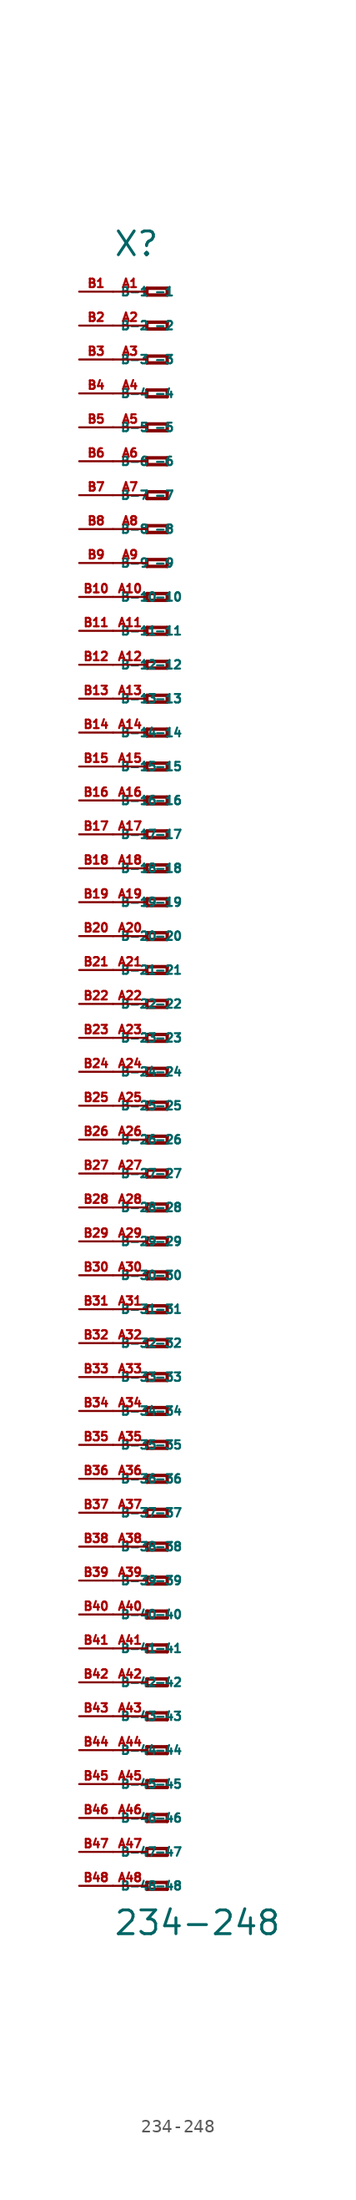
<source format=kicad_sym>
(kicad_symbol_lib
  (version 20220914)
  (generator Eagle2Kicad)
  (symbol "234-248"
    (property "Reference" "X"
      (at -5.08 60.96 0)
      (effects (font (size 1.778 1.778) (thickness 0.22)) (justify left bottom)))
    (property "Value" "234-248"
      (at -5.08 -64.77 0)
      (effects (font (size 1.778 1.778) (thickness 0.22)) (justify left bottom)))
    (polyline
      (pts (xy -2.54 58.674) (xy -2.54 58.166))
      (stroke (width 0.254) (type default))
      (fill (type none)))
    (polyline
      (pts (xy -2.54 58.166) (xy -1.016 58.166))
      (stroke (width 0.254) (type default))
      (fill (type none)))
    (polyline
      (pts (xy -1.016 58.166) (xy -1.016 58.674))
      (stroke (width 0.254) (type default))
      (fill (type none)))
    (polyline
      (pts (xy -1.016 58.674) (xy -2.54 58.674))
      (stroke (width 0.254) (type default))
      (fill (type none)))
    (polyline
      (pts (xy -2.54 56.134) (xy -2.54 55.626))
      (stroke (width 0.254) (type default))
      (fill (type none)))
    (polyline
      (pts (xy -2.54 55.626) (xy -1.016 55.626))
      (stroke (width 0.254) (type default))
      (fill (type none)))
    (polyline
      (pts (xy -1.016 55.626) (xy -1.016 56.134))
      (stroke (width 0.254) (type default))
      (fill (type none)))
    (polyline
      (pts (xy -1.016 56.134) (xy -2.54 56.134))
      (stroke (width 0.254) (type default))
      (fill (type none)))
    (polyline
      (pts (xy -2.54 53.594) (xy -2.54 53.086))
      (stroke (width 0.254) (type default))
      (fill (type none)))
    (polyline
      (pts (xy -2.54 53.086) (xy -1.016 53.086))
      (stroke (width 0.254) (type default))
      (fill (type none)))
    (polyline
      (pts (xy -1.016 53.086) (xy -1.016 53.594))
      (stroke (width 0.254) (type default))
      (fill (type none)))
    (polyline
      (pts (xy -1.016 53.594) (xy -2.54 53.594))
      (stroke (width 0.254) (type default))
      (fill (type none)))
    (polyline
      (pts (xy -2.54 51.054) (xy -2.54 50.546))
      (stroke (width 0.254) (type default))
      (fill (type none)))
    (polyline
      (pts (xy -2.54 50.546) (xy -1.016 50.546))
      (stroke (width 0.254) (type default))
      (fill (type none)))
    (polyline
      (pts (xy -1.016 50.546) (xy -1.016 51.054))
      (stroke (width 0.254) (type default))
      (fill (type none)))
    (polyline
      (pts (xy -1.016 51.054) (xy -2.54 51.054))
      (stroke (width 0.254) (type default))
      (fill (type none)))
    (polyline
      (pts (xy -2.54 48.514) (xy -2.54 48.006))
      (stroke (width 0.254) (type default))
      (fill (type none)))
    (polyline
      (pts (xy -2.54 48.006) (xy -1.016 48.006))
      (stroke (width 0.254) (type default))
      (fill (type none)))
    (polyline
      (pts (xy -1.016 48.006) (xy -1.016 48.514))
      (stroke (width 0.254) (type default))
      (fill (type none)))
    (polyline
      (pts (xy -1.016 48.514) (xy -2.54 48.514))
      (stroke (width 0.254) (type default))
      (fill (type none)))
    (polyline
      (pts (xy -2.54 45.974) (xy -2.54 45.466))
      (stroke (width 0.254) (type default))
      (fill (type none)))
    (polyline
      (pts (xy -2.54 45.466) (xy -1.016 45.466))
      (stroke (width 0.254) (type default))
      (fill (type none)))
    (polyline
      (pts (xy -1.016 45.466) (xy -1.016 45.974))
      (stroke (width 0.254) (type default))
      (fill (type none)))
    (polyline
      (pts (xy -1.016 45.974) (xy -2.54 45.974))
      (stroke (width 0.254) (type default))
      (fill (type none)))
    (polyline
      (pts (xy -2.54 43.434) (xy -2.54 42.926))
      (stroke (width 0.254) (type default))
      (fill (type none)))
    (polyline
      (pts (xy -2.54 42.926) (xy -1.016 42.926))
      (stroke (width 0.254) (type default))
      (fill (type none)))
    (polyline
      (pts (xy -1.016 42.926) (xy -1.016 43.434))
      (stroke (width 0.254) (type default))
      (fill (type none)))
    (polyline
      (pts (xy -1.016 43.434) (xy -2.54 43.434))
      (stroke (width 0.254) (type default))
      (fill (type none)))
    (polyline
      (pts (xy -2.54 40.894) (xy -2.54 40.386))
      (stroke (width 0.254) (type default))
      (fill (type none)))
    (polyline
      (pts (xy -2.54 40.386) (xy -1.016 40.386))
      (stroke (width 0.254) (type default))
      (fill (type none)))
    (polyline
      (pts (xy -1.016 40.386) (xy -1.016 40.894))
      (stroke (width 0.254) (type default))
      (fill (type none)))
    (polyline
      (pts (xy -1.016 40.894) (xy -2.54 40.894))
      (stroke (width 0.254) (type default))
      (fill (type none)))
    (polyline
      (pts (xy -2.54 38.354) (xy -2.54 37.846))
      (stroke (width 0.254) (type default))
      (fill (type none)))
    (polyline
      (pts (xy -2.54 37.846) (xy -1.016 37.846))
      (stroke (width 0.254) (type default))
      (fill (type none)))
    (polyline
      (pts (xy -1.016 37.846) (xy -1.016 38.354))
      (stroke (width 0.254) (type default))
      (fill (type none)))
    (polyline
      (pts (xy -1.016 38.354) (xy -2.54 38.354))
      (stroke (width 0.254) (type default))
      (fill (type none)))
    (polyline
      (pts (xy -2.54 35.814) (xy -2.54 35.306))
      (stroke (width 0.254) (type default))
      (fill (type none)))
    (polyline
      (pts (xy -2.54 35.306) (xy -1.016 35.306))
      (stroke (width 0.254) (type default))
      (fill (type none)))
    (polyline
      (pts (xy -1.016 35.306) (xy -1.016 35.814))
      (stroke (width 0.254) (type default))
      (fill (type none)))
    (polyline
      (pts (xy -1.016 35.814) (xy -2.54 35.814))
      (stroke (width 0.254) (type default))
      (fill (type none)))
    (polyline
      (pts (xy -2.54 33.274) (xy -2.54 32.766))
      (stroke (width 0.254) (type default))
      (fill (type none)))
    (polyline
      (pts (xy -2.54 32.766) (xy -1.016 32.766))
      (stroke (width 0.254) (type default))
      (fill (type none)))
    (polyline
      (pts (xy -1.016 32.766) (xy -1.016 33.274))
      (stroke (width 0.254) (type default))
      (fill (type none)))
    (polyline
      (pts (xy -1.016 33.274) (xy -2.54 33.274))
      (stroke (width 0.254) (type default))
      (fill (type none)))
    (polyline
      (pts (xy -2.54 30.734) (xy -2.54 30.226))
      (stroke (width 0.254) (type default))
      (fill (type none)))
    (polyline
      (pts (xy -2.54 30.226) (xy -1.016 30.226))
      (stroke (width 0.254) (type default))
      (fill (type none)))
    (polyline
      (pts (xy -1.016 30.226) (xy -1.016 30.734))
      (stroke (width 0.254) (type default))
      (fill (type none)))
    (polyline
      (pts (xy -1.016 30.734) (xy -2.54 30.734))
      (stroke (width 0.254) (type default))
      (fill (type none)))
    (polyline
      (pts (xy -2.54 28.194) (xy -2.54 27.686))
      (stroke (width 0.254) (type default))
      (fill (type none)))
    (polyline
      (pts (xy -2.54 27.686) (xy -1.016 27.686))
      (stroke (width 0.254) (type default))
      (fill (type none)))
    (polyline
      (pts (xy -1.016 27.686) (xy -1.016 28.194))
      (stroke (width 0.254) (type default))
      (fill (type none)))
    (polyline
      (pts (xy -1.016 28.194) (xy -2.54 28.194))
      (stroke (width 0.254) (type default))
      (fill (type none)))
    (polyline
      (pts (xy -2.54 25.654) (xy -2.54 25.146))
      (stroke (width 0.254) (type default))
      (fill (type none)))
    (polyline
      (pts (xy -2.54 25.146) (xy -1.016 25.146))
      (stroke (width 0.254) (type default))
      (fill (type none)))
    (polyline
      (pts (xy -1.016 25.146) (xy -1.016 25.654))
      (stroke (width 0.254) (type default))
      (fill (type none)))
    (polyline
      (pts (xy -1.016 25.654) (xy -2.54 25.654))
      (stroke (width 0.254) (type default))
      (fill (type none)))
    (polyline
      (pts (xy -2.54 23.114) (xy -2.54 22.606))
      (stroke (width 0.254) (type default))
      (fill (type none)))
    (polyline
      (pts (xy -2.54 22.606) (xy -1.016 22.606))
      (stroke (width 0.254) (type default))
      (fill (type none)))
    (polyline
      (pts (xy -1.016 22.606) (xy -1.016 23.114))
      (stroke (width 0.254) (type default))
      (fill (type none)))
    (polyline
      (pts (xy -1.016 23.114) (xy -2.54 23.114))
      (stroke (width 0.254) (type default))
      (fill (type none)))
    (polyline
      (pts (xy -2.54 20.574) (xy -2.54 20.066))
      (stroke (width 0.254) (type default))
      (fill (type none)))
    (polyline
      (pts (xy -2.54 20.066) (xy -1.016 20.066))
      (stroke (width 0.254) (type default))
      (fill (type none)))
    (polyline
      (pts (xy -1.016 20.066) (xy -1.016 20.574))
      (stroke (width 0.254) (type default))
      (fill (type none)))
    (polyline
      (pts (xy -1.016 20.574) (xy -2.54 20.574))
      (stroke (width 0.254) (type default))
      (fill (type none)))
    (polyline
      (pts (xy -2.54 18.034) (xy -2.54 17.526))
      (stroke (width 0.254) (type default))
      (fill (type none)))
    (polyline
      (pts (xy -2.54 17.526) (xy -1.016 17.526))
      (stroke (width 0.254) (type default))
      (fill (type none)))
    (polyline
      (pts (xy -1.016 17.526) (xy -1.016 18.034))
      (stroke (width 0.254) (type default))
      (fill (type none)))
    (polyline
      (pts (xy -1.016 18.034) (xy -2.54 18.034))
      (stroke (width 0.254) (type default))
      (fill (type none)))
    (polyline
      (pts (xy -2.54 15.494) (xy -2.54 14.986))
      (stroke (width 0.254) (type default))
      (fill (type none)))
    (polyline
      (pts (xy -2.54 14.986) (xy -1.016 14.986))
      (stroke (width 0.254) (type default))
      (fill (type none)))
    (polyline
      (pts (xy -1.016 14.986) (xy -1.016 15.494))
      (stroke (width 0.254) (type default))
      (fill (type none)))
    (polyline
      (pts (xy -1.016 15.494) (xy -2.54 15.494))
      (stroke (width 0.254) (type default))
      (fill (type none)))
    (polyline
      (pts (xy -2.54 12.954) (xy -2.54 12.446))
      (stroke (width 0.254) (type default))
      (fill (type none)))
    (polyline
      (pts (xy -2.54 12.446) (xy -1.016 12.446))
      (stroke (width 0.254) (type default))
      (fill (type none)))
    (polyline
      (pts (xy -1.016 12.446) (xy -1.016 12.954))
      (stroke (width 0.254) (type default))
      (fill (type none)))
    (polyline
      (pts (xy -1.016 12.954) (xy -2.54 12.954))
      (stroke (width 0.254) (type default))
      (fill (type none)))
    (polyline
      (pts (xy -2.54 10.414) (xy -2.54 9.906))
      (stroke (width 0.254) (type default))
      (fill (type none)))
    (polyline
      (pts (xy -2.54 9.906) (xy -1.016 9.906))
      (stroke (width 0.254) (type default))
      (fill (type none)))
    (polyline
      (pts (xy -1.016 9.906) (xy -1.016 10.414))
      (stroke (width 0.254) (type default))
      (fill (type none)))
    (polyline
      (pts (xy -1.016 10.414) (xy -2.54 10.414))
      (stroke (width 0.254) (type default))
      (fill (type none)))
    (polyline
      (pts (xy -2.54 7.874) (xy -2.54 7.366))
      (stroke (width 0.254) (type default))
      (fill (type none)))
    (polyline
      (pts (xy -2.54 7.366) (xy -1.016 7.366))
      (stroke (width 0.254) (type default))
      (fill (type none)))
    (polyline
      (pts (xy -1.016 7.366) (xy -1.016 7.874))
      (stroke (width 0.254) (type default))
      (fill (type none)))
    (polyline
      (pts (xy -1.016 7.874) (xy -2.54 7.874))
      (stroke (width 0.254) (type default))
      (fill (type none)))
    (polyline
      (pts (xy -2.54 5.334) (xy -2.54 4.826))
      (stroke (width 0.254) (type default))
      (fill (type none)))
    (polyline
      (pts (xy -2.54 4.826) (xy -1.016 4.826))
      (stroke (width 0.254) (type default))
      (fill (type none)))
    (polyline
      (pts (xy -1.016 4.826) (xy -1.016 5.334))
      (stroke (width 0.254) (type default))
      (fill (type none)))
    (polyline
      (pts (xy -1.016 5.334) (xy -2.54 5.334))
      (stroke (width 0.254) (type default))
      (fill (type none)))
    (polyline
      (pts (xy -2.54 2.794) (xy -2.54 2.286))
      (stroke (width 0.254) (type default))
      (fill (type none)))
    (polyline
      (pts (xy -2.54 2.286) (xy -1.016 2.286))
      (stroke (width 0.254) (type default))
      (fill (type none)))
    (polyline
      (pts (xy -1.016 2.286) (xy -1.016 2.794))
      (stroke (width 0.254) (type default))
      (fill (type none)))
    (polyline
      (pts (xy -1.016 2.794) (xy -2.54 2.794))
      (stroke (width 0.254) (type default))
      (fill (type none)))
    (polyline
      (pts (xy -2.54 0.254) (xy -2.54 -0.254))
      (stroke (width 0.254) (type default))
      (fill (type none)))
    (polyline
      (pts (xy -2.54 -0.254) (xy -1.016 -0.254))
      (stroke (width 0.254) (type default))
      (fill (type none)))
    (polyline
      (pts (xy -1.016 -0.254) (xy -1.016 0.254))
      (stroke (width 0.254) (type default))
      (fill (type none)))
    (polyline
      (pts (xy -1.016 0.254) (xy -2.54 0.254))
      (stroke (width 0.254) (type default))
      (fill (type none)))
    (polyline
      (pts (xy -2.54 -2.286) (xy -2.54 -2.794))
      (stroke (width 0.254) (type default))
      (fill (type none)))
    (polyline
      (pts (xy -2.54 -2.794) (xy -1.016 -2.794))
      (stroke (width 0.254) (type default))
      (fill (type none)))
    (polyline
      (pts (xy -1.016 -2.794) (xy -1.016 -2.286))
      (stroke (width 0.254) (type default))
      (fill (type none)))
    (polyline
      (pts (xy -1.016 -2.286) (xy -2.54 -2.286))
      (stroke (width 0.254) (type default))
      (fill (type none)))
    (polyline
      (pts (xy -2.54 -4.826) (xy -2.54 -5.334))
      (stroke (width 0.254) (type default))
      (fill (type none)))
    (polyline
      (pts (xy -2.54 -5.334) (xy -1.016 -5.334))
      (stroke (width 0.254) (type default))
      (fill (type none)))
    (polyline
      (pts (xy -1.016 -5.334) (xy -1.016 -4.826))
      (stroke (width 0.254) (type default))
      (fill (type none)))
    (polyline
      (pts (xy -1.016 -4.826) (xy -2.54 -4.826))
      (stroke (width 0.254) (type default))
      (fill (type none)))
    (polyline
      (pts (xy -2.54 -7.366) (xy -2.54 -7.874))
      (stroke (width 0.254) (type default))
      (fill (type none)))
    (polyline
      (pts (xy -2.54 -7.874) (xy -1.016 -7.874))
      (stroke (width 0.254) (type default))
      (fill (type none)))
    (polyline
      (pts (xy -1.016 -7.874) (xy -1.016 -7.366))
      (stroke (width 0.254) (type default))
      (fill (type none)))
    (polyline
      (pts (xy -1.016 -7.366) (xy -2.54 -7.366))
      (stroke (width 0.254) (type default))
      (fill (type none)))
    (polyline
      (pts (xy -2.54 -9.906) (xy -2.54 -10.414))
      (stroke (width 0.254) (type default))
      (fill (type none)))
    (polyline
      (pts (xy -2.54 -10.414) (xy -1.016 -10.414))
      (stroke (width 0.254) (type default))
      (fill (type none)))
    (polyline
      (pts (xy -1.016 -10.414) (xy -1.016 -9.906))
      (stroke (width 0.254) (type default))
      (fill (type none)))
    (polyline
      (pts (xy -1.016 -9.906) (xy -2.54 -9.906))
      (stroke (width 0.254) (type default))
      (fill (type none)))
    (polyline
      (pts (xy -2.54 -12.446) (xy -2.54 -12.954))
      (stroke (width 0.254) (type default))
      (fill (type none)))
    (polyline
      (pts (xy -2.54 -12.954) (xy -1.016 -12.954))
      (stroke (width 0.254) (type default))
      (fill (type none)))
    (polyline
      (pts (xy -1.016 -12.954) (xy -1.016 -12.446))
      (stroke (width 0.254) (type default))
      (fill (type none)))
    (polyline
      (pts (xy -1.016 -12.446) (xy -2.54 -12.446))
      (stroke (width 0.254) (type default))
      (fill (type none)))
    (polyline
      (pts (xy -2.54 -14.986) (xy -2.54 -15.494))
      (stroke (width 0.254) (type default))
      (fill (type none)))
    (polyline
      (pts (xy -2.54 -15.494) (xy -1.016 -15.494))
      (stroke (width 0.254) (type default))
      (fill (type none)))
    (polyline
      (pts (xy -1.016 -15.494) (xy -1.016 -14.986))
      (stroke (width 0.254) (type default))
      (fill (type none)))
    (polyline
      (pts (xy -1.016 -14.986) (xy -2.54 -14.986))
      (stroke (width 0.254) (type default))
      (fill (type none)))
    (polyline
      (pts (xy -2.54 -17.526) (xy -2.54 -18.034))
      (stroke (width 0.254) (type default))
      (fill (type none)))
    (polyline
      (pts (xy -2.54 -18.034) (xy -1.016 -18.034))
      (stroke (width 0.254) (type default))
      (fill (type none)))
    (polyline
      (pts (xy -1.016 -18.034) (xy -1.016 -17.526))
      (stroke (width 0.254) (type default))
      (fill (type none)))
    (polyline
      (pts (xy -1.016 -17.526) (xy -2.54 -17.526))
      (stroke (width 0.254) (type default))
      (fill (type none)))
    (polyline
      (pts (xy -2.54 -20.066) (xy -2.54 -20.574))
      (stroke (width 0.254) (type default))
      (fill (type none)))
    (polyline
      (pts (xy -2.54 -20.574) (xy -1.016 -20.574))
      (stroke (width 0.254) (type default))
      (fill (type none)))
    (polyline
      (pts (xy -1.016 -20.574) (xy -1.016 -20.066))
      (stroke (width 0.254) (type default))
      (fill (type none)))
    (polyline
      (pts (xy -1.016 -20.066) (xy -2.54 -20.066))
      (stroke (width 0.254) (type default))
      (fill (type none)))
    (polyline
      (pts (xy -2.54 -22.606) (xy -2.54 -23.114))
      (stroke (width 0.254) (type default))
      (fill (type none)))
    (polyline
      (pts (xy -2.54 -23.114) (xy -1.016 -23.114))
      (stroke (width 0.254) (type default))
      (fill (type none)))
    (polyline
      (pts (xy -1.016 -23.114) (xy -1.016 -22.606))
      (stroke (width 0.254) (type default))
      (fill (type none)))
    (polyline
      (pts (xy -1.016 -22.606) (xy -2.54 -22.606))
      (stroke (width 0.254) (type default))
      (fill (type none)))
    (polyline
      (pts (xy -2.54 -25.146) (xy -2.54 -25.654))
      (stroke (width 0.254) (type default))
      (fill (type none)))
    (polyline
      (pts (xy -2.54 -25.654) (xy -1.016 -25.654))
      (stroke (width 0.254) (type default))
      (fill (type none)))
    (polyline
      (pts (xy -1.016 -25.654) (xy -1.016 -25.146))
      (stroke (width 0.254) (type default))
      (fill (type none)))
    (polyline
      (pts (xy -1.016 -25.146) (xy -2.54 -25.146))
      (stroke (width 0.254) (type default))
      (fill (type none)))
    (polyline
      (pts (xy -2.54 -27.686) (xy -2.54 -28.194))
      (stroke (width 0.254) (type default))
      (fill (type none)))
    (polyline
      (pts (xy -2.54 -28.194) (xy -1.016 -28.194))
      (stroke (width 0.254) (type default))
      (fill (type none)))
    (polyline
      (pts (xy -1.016 -28.194) (xy -1.016 -27.686))
      (stroke (width 0.254) (type default))
      (fill (type none)))
    (polyline
      (pts (xy -1.016 -27.686) (xy -2.54 -27.686))
      (stroke (width 0.254) (type default))
      (fill (type none)))
    (polyline
      (pts (xy -2.54 -30.226) (xy -2.54 -30.734))
      (stroke (width 0.254) (type default))
      (fill (type none)))
    (polyline
      (pts (xy -2.54 -30.734) (xy -1.016 -30.734))
      (stroke (width 0.254) (type default))
      (fill (type none)))
    (polyline
      (pts (xy -1.016 -30.734) (xy -1.016 -30.226))
      (stroke (width 0.254) (type default))
      (fill (type none)))
    (polyline
      (pts (xy -1.016 -30.226) (xy -2.54 -30.226))
      (stroke (width 0.254) (type default))
      (fill (type none)))
    (polyline
      (pts (xy -2.54 -32.766) (xy -2.54 -33.274))
      (stroke (width 0.254) (type default))
      (fill (type none)))
    (polyline
      (pts (xy -2.54 -33.274) (xy -1.016 -33.274))
      (stroke (width 0.254) (type default))
      (fill (type none)))
    (polyline
      (pts (xy -1.016 -33.274) (xy -1.016 -32.766))
      (stroke (width 0.254) (type default))
      (fill (type none)))
    (polyline
      (pts (xy -1.016 -32.766) (xy -2.54 -32.766))
      (stroke (width 0.254) (type default))
      (fill (type none)))
    (polyline
      (pts (xy -2.54 -35.306) (xy -2.54 -35.814))
      (stroke (width 0.254) (type default))
      (fill (type none)))
    (polyline
      (pts (xy -2.54 -35.814) (xy -1.016 -35.814))
      (stroke (width 0.254) (type default))
      (fill (type none)))
    (polyline
      (pts (xy -1.016 -35.814) (xy -1.016 -35.306))
      (stroke (width 0.254) (type default))
      (fill (type none)))
    (polyline
      (pts (xy -1.016 -35.306) (xy -2.54 -35.306))
      (stroke (width 0.254) (type default))
      (fill (type none)))
    (polyline
      (pts (xy -2.54 -37.846) (xy -2.54 -38.354))
      (stroke (width 0.254) (type default))
      (fill (type none)))
    (polyline
      (pts (xy -2.54 -38.354) (xy -1.016 -38.354))
      (stroke (width 0.254) (type default))
      (fill (type none)))
    (polyline
      (pts (xy -1.016 -38.354) (xy -1.016 -37.846))
      (stroke (width 0.254) (type default))
      (fill (type none)))
    (polyline
      (pts (xy -1.016 -37.846) (xy -2.54 -37.846))
      (stroke (width 0.254) (type default))
      (fill (type none)))
    (polyline
      (pts (xy -2.54 -40.386) (xy -2.54 -40.894))
      (stroke (width 0.254) (type default))
      (fill (type none)))
    (polyline
      (pts (xy -2.54 -40.894) (xy -1.016 -40.894))
      (stroke (width 0.254) (type default))
      (fill (type none)))
    (polyline
      (pts (xy -1.016 -40.894) (xy -1.016 -40.386))
      (stroke (width 0.254) (type default))
      (fill (type none)))
    (polyline
      (pts (xy -1.016 -40.386) (xy -2.54 -40.386))
      (stroke (width 0.254) (type default))
      (fill (type none)))
    (polyline
      (pts (xy -2.54 -42.926) (xy -2.54 -43.434))
      (stroke (width 0.254) (type default))
      (fill (type none)))
    (polyline
      (pts (xy -2.54 -43.434) (xy -1.016 -43.434))
      (stroke (width 0.254) (type default))
      (fill (type none)))
    (polyline
      (pts (xy -1.016 -43.434) (xy -1.016 -42.926))
      (stroke (width 0.254) (type default))
      (fill (type none)))
    (polyline
      (pts (xy -1.016 -42.926) (xy -2.54 -42.926))
      (stroke (width 0.254) (type default))
      (fill (type none)))
    (polyline
      (pts (xy -2.54 -45.466) (xy -2.54 -45.974))
      (stroke (width 0.254) (type default))
      (fill (type none)))
    (polyline
      (pts (xy -2.54 -45.974) (xy -1.016 -45.974))
      (stroke (width 0.254) (type default))
      (fill (type none)))
    (polyline
      (pts (xy -1.016 -45.974) (xy -1.016 -45.466))
      (stroke (width 0.254) (type default))
      (fill (type none)))
    (polyline
      (pts (xy -1.016 -45.466) (xy -2.54 -45.466))
      (stroke (width 0.254) (type default))
      (fill (type none)))
    (polyline
      (pts (xy -2.54 -48.006) (xy -2.54 -48.514))
      (stroke (width 0.254) (type default))
      (fill (type none)))
    (polyline
      (pts (xy -2.54 -48.514) (xy -1.016 -48.514))
      (stroke (width 0.254) (type default))
      (fill (type none)))
    (polyline
      (pts (xy -1.016 -48.514) (xy -1.016 -48.006))
      (stroke (width 0.254) (type default))
      (fill (type none)))
    (polyline
      (pts (xy -1.016 -48.006) (xy -2.54 -48.006))
      (stroke (width 0.254) (type default))
      (fill (type none)))
    (polyline
      (pts (xy -2.54 -50.546) (xy -2.54 -51.054))
      (stroke (width 0.254) (type default))
      (fill (type none)))
    (polyline
      (pts (xy -2.54 -51.054) (xy -1.016 -51.054))
      (stroke (width 0.254) (type default))
      (fill (type none)))
    (polyline
      (pts (xy -1.016 -51.054) (xy -1.016 -50.546))
      (stroke (width 0.254) (type default))
      (fill (type none)))
    (polyline
      (pts (xy -1.016 -50.546) (xy -2.54 -50.546))
      (stroke (width 0.254) (type default))
      (fill (type none)))
    (polyline
      (pts (xy -2.54 -53.086) (xy -2.54 -53.594))
      (stroke (width 0.254) (type default))
      (fill (type none)))
    (polyline
      (pts (xy -2.54 -53.594) (xy -1.016 -53.594))
      (stroke (width 0.254) (type default))
      (fill (type none)))
    (polyline
      (pts (xy -1.016 -53.594) (xy -1.016 -53.086))
      (stroke (width 0.254) (type default))
      (fill (type none)))
    (polyline
      (pts (xy -1.016 -53.086) (xy -2.54 -53.086))
      (stroke (width 0.254) (type default))
      (fill (type none)))
    (polyline
      (pts (xy -2.54 -55.626) (xy -2.54 -56.134))
      (stroke (width 0.254) (type default))
      (fill (type none)))
    (polyline
      (pts (xy -2.54 -56.134) (xy -1.016 -56.134))
      (stroke (width 0.254) (type default))
      (fill (type none)))
    (polyline
      (pts (xy -1.016 -56.134) (xy -1.016 -55.626))
      (stroke (width 0.254) (type default))
      (fill (type none)))
    (polyline
      (pts (xy -1.016 -55.626) (xy -2.54 -55.626))
      (stroke (width 0.254) (type default))
      (fill (type none)))
    (polyline
      (pts (xy -2.54 -58.166) (xy -2.54 -58.674))
      (stroke (width 0.254) (type default))
      (fill (type none)))
    (polyline
      (pts (xy -2.54 -58.674) (xy -1.016 -58.674))
      (stroke (width 0.254) (type default))
      (fill (type none)))
    (polyline
      (pts (xy -1.016 -58.674) (xy -1.016 -58.166))
      (stroke (width 0.254) (type default))
      (fill (type none)))
    (polyline
      (pts (xy -1.016 -58.166) (xy -2.54 -58.166))
      (stroke (width 0.254) (type default))
      (fill (type none)))
    (polyline
      (pts (xy -2.54 -60.706) (xy -2.54 -61.214))
      (stroke (width 0.254) (type default))
      (fill (type none)))
    (polyline
      (pts (xy -2.54 -61.214) (xy -1.016 -61.214))
      (stroke (width 0.254) (type default))
      (fill (type none)))
    (polyline
      (pts (xy -1.016 -61.214) (xy -1.016 -60.706))
      (stroke (width 0.254) (type default))
      (fill (type none)))
    (polyline
      (pts (xy -1.016 -60.706) (xy -2.54 -60.706))
      (stroke (width 0.254) (type default))
      (fill (type none)))
    (pin passive line
      (at -5.08 58.42 0)
      (length 2.54)
      (name "-1" (effects (font (size 0.635 0.635) (thickness 0.08)) (justify left bottom)))
      (number "A1" (effects (font (size 0.635 0.635) (thickness 0.08)) (justify left bottom))))
    (pin passive line
      (at -5.08 55.88 0)
      (length 2.54)
      (name "-2" (effects (font (size 0.635 0.635) (thickness 0.08)) (justify left bottom)))
      (number "A2" (effects (font (size 0.635 0.635) (thickness 0.08)) (justify left bottom))))
    (pin passive line
      (at -5.08 53.34 0)
      (length 2.54)
      (name "-3" (effects (font (size 0.635 0.635) (thickness 0.08)) (justify left bottom)))
      (number "A3" (effects (font (size 0.635 0.635) (thickness 0.08)) (justify left bottom))))
    (pin passive line
      (at -5.08 50.8 0)
      (length 2.54)
      (name "-4" (effects (font (size 0.635 0.635) (thickness 0.08)) (justify left bottom)))
      (number "A4" (effects (font (size 0.635 0.635) (thickness 0.08)) (justify left bottom))))
    (pin passive line
      (at -5.08 48.26 0)
      (length 2.54)
      (name "-5" (effects (font (size 0.635 0.635) (thickness 0.08)) (justify left bottom)))
      (number "A5" (effects (font (size 0.635 0.635) (thickness 0.08)) (justify left bottom))))
    (pin passive line
      (at -5.08 45.72 0)
      (length 2.54)
      (name "-6" (effects (font (size 0.635 0.635) (thickness 0.08)) (justify left bottom)))
      (number "A6" (effects (font (size 0.635 0.635) (thickness 0.08)) (justify left bottom))))
    (pin passive line
      (at -5.08 43.18 0)
      (length 2.54)
      (name "-7" (effects (font (size 0.635 0.635) (thickness 0.08)) (justify left bottom)))
      (number "A7" (effects (font (size 0.635 0.635) (thickness 0.08)) (justify left bottom))))
    (pin passive line
      (at -5.08 40.64 0)
      (length 2.54)
      (name "-8" (effects (font (size 0.635 0.635) (thickness 0.08)) (justify left bottom)))
      (number "A8" (effects (font (size 0.635 0.635) (thickness 0.08)) (justify left bottom))))
    (pin passive line
      (at -5.08 38.1 0)
      (length 2.54)
      (name "-9" (effects (font (size 0.635 0.635) (thickness 0.08)) (justify left bottom)))
      (number "A9" (effects (font (size 0.635 0.635) (thickness 0.08)) (justify left bottom))))
    (pin passive line
      (at -5.08 35.56 0)
      (length 2.54)
      (name "-10" (effects (font (size 0.635 0.635) (thickness 0.08)) (justify left bottom)))
      (number "A10" (effects (font (size 0.635 0.635) (thickness 0.08)) (justify left bottom))))
    (pin passive line
      (at -5.08 33.02 0)
      (length 2.54)
      (name "-11" (effects (font (size 0.635 0.635) (thickness 0.08)) (justify left bottom)))
      (number "A11" (effects (font (size 0.635 0.635) (thickness 0.08)) (justify left bottom))))
    (pin passive line
      (at -5.08 30.48 0)
      (length 2.54)
      (name "-12" (effects (font (size 0.635 0.635) (thickness 0.08)) (justify left bottom)))
      (number "A12" (effects (font (size 0.635 0.635) (thickness 0.08)) (justify left bottom))))
    (pin passive line
      (at -5.08 27.94 0)
      (length 2.54)
      (name "-13" (effects (font (size 0.635 0.635) (thickness 0.08)) (justify left bottom)))
      (number "A13" (effects (font (size 0.635 0.635) (thickness 0.08)) (justify left bottom))))
    (pin passive line
      (at -5.08 25.4 0)
      (length 2.54)
      (name "-14" (effects (font (size 0.635 0.635) (thickness 0.08)) (justify left bottom)))
      (number "A14" (effects (font (size 0.635 0.635) (thickness 0.08)) (justify left bottom))))
    (pin passive line
      (at -5.08 22.86 0)
      (length 2.54)
      (name "-15" (effects (font (size 0.635 0.635) (thickness 0.08)) (justify left bottom)))
      (number "A15" (effects (font (size 0.635 0.635) (thickness 0.08)) (justify left bottom))))
    (pin passive line
      (at -5.08 20.32 0)
      (length 2.54)
      (name "-16" (effects (font (size 0.635 0.635) (thickness 0.08)) (justify left bottom)))
      (number "A16" (effects (font (size 0.635 0.635) (thickness 0.08)) (justify left bottom))))
    (pin passive line
      (at -5.08 17.78 0)
      (length 2.54)
      (name "-17" (effects (font (size 0.635 0.635) (thickness 0.08)) (justify left bottom)))
      (number "A17" (effects (font (size 0.635 0.635) (thickness 0.08)) (justify left bottom))))
    (pin passive line
      (at -5.08 15.24 0)
      (length 2.54)
      (name "-18" (effects (font (size 0.635 0.635) (thickness 0.08)) (justify left bottom)))
      (number "A18" (effects (font (size 0.635 0.635) (thickness 0.08)) (justify left bottom))))
    (pin passive line
      (at -5.08 12.7 0)
      (length 2.54)
      (name "-19" (effects (font (size 0.635 0.635) (thickness 0.08)) (justify left bottom)))
      (number "A19" (effects (font (size 0.635 0.635) (thickness 0.08)) (justify left bottom))))
    (pin passive line
      (at -5.08 10.16 0)
      (length 2.54)
      (name "-20" (effects (font (size 0.635 0.635) (thickness 0.08)) (justify left bottom)))
      (number "A20" (effects (font (size 0.635 0.635) (thickness 0.08)) (justify left bottom))))
    (pin passive line
      (at -5.08 7.62 0)
      (length 2.54)
      (name "-21" (effects (font (size 0.635 0.635) (thickness 0.08)) (justify left bottom)))
      (number "A21" (effects (font (size 0.635 0.635) (thickness 0.08)) (justify left bottom))))
    (pin passive line
      (at -5.08 5.08 0)
      (length 2.54)
      (name "-22" (effects (font (size 0.635 0.635) (thickness 0.08)) (justify left bottom)))
      (number "A22" (effects (font (size 0.635 0.635) (thickness 0.08)) (justify left bottom))))
    (pin passive line
      (at -5.08 2.54 0)
      (length 2.54)
      (name "-23" (effects (font (size 0.635 0.635) (thickness 0.08)) (justify left bottom)))
      (number "A23" (effects (font (size 0.635 0.635) (thickness 0.08)) (justify left bottom))))
    (pin passive line
      (at -5.08 0 0)
      (length 2.54)
      (name "-24" (effects (font (size 0.635 0.635) (thickness 0.08)) (justify left bottom)))
      (number "A24" (effects (font (size 0.635 0.635) (thickness 0.08)) (justify left bottom))))
    (pin passive line
      (at -5.08 -2.54 0)
      (length 2.54)
      (name "-25" (effects (font (size 0.635 0.635) (thickness 0.08)) (justify left bottom)))
      (number "A25" (effects (font (size 0.635 0.635) (thickness 0.08)) (justify left bottom))))
    (pin passive line
      (at -5.08 -5.08 0)
      (length 2.54)
      (name "-26" (effects (font (size 0.635 0.635) (thickness 0.08)) (justify left bottom)))
      (number "A26" (effects (font (size 0.635 0.635) (thickness 0.08)) (justify left bottom))))
    (pin passive line
      (at -5.08 -7.62 0)
      (length 2.54)
      (name "-27" (effects (font (size 0.635 0.635) (thickness 0.08)) (justify left bottom)))
      (number "A27" (effects (font (size 0.635 0.635) (thickness 0.08)) (justify left bottom))))
    (pin passive line
      (at -5.08 -10.16 0)
      (length 2.54)
      (name "-28" (effects (font (size 0.635 0.635) (thickness 0.08)) (justify left bottom)))
      (number "A28" (effects (font (size 0.635 0.635) (thickness 0.08)) (justify left bottom))))
    (pin passive line
      (at -5.08 -12.7 0)
      (length 2.54)
      (name "-29" (effects (font (size 0.635 0.635) (thickness 0.08)) (justify left bottom)))
      (number "A29" (effects (font (size 0.635 0.635) (thickness 0.08)) (justify left bottom))))
    (pin passive line
      (at -5.08 -15.24 0)
      (length 2.54)
      (name "-30" (effects (font (size 0.635 0.635) (thickness 0.08)) (justify left bottom)))
      (number "A30" (effects (font (size 0.635 0.635) (thickness 0.08)) (justify left bottom))))
    (pin passive line
      (at -5.08 -17.78 0)
      (length 2.54)
      (name "-31" (effects (font (size 0.635 0.635) (thickness 0.08)) (justify left bottom)))
      (number "A31" (effects (font (size 0.635 0.635) (thickness 0.08)) (justify left bottom))))
    (pin passive line
      (at -5.08 -20.32 0)
      (length 2.54)
      (name "-32" (effects (font (size 0.635 0.635) (thickness 0.08)) (justify left bottom)))
      (number "A32" (effects (font (size 0.635 0.635) (thickness 0.08)) (justify left bottom))))
    (pin passive line
      (at -5.08 -22.86 0)
      (length 2.54)
      (name "-33" (effects (font (size 0.635 0.635) (thickness 0.08)) (justify left bottom)))
      (number "A33" (effects (font (size 0.635 0.635) (thickness 0.08)) (justify left bottom))))
    (pin passive line
      (at -5.08 -25.4 0)
      (length 2.54)
      (name "-34" (effects (font (size 0.635 0.635) (thickness 0.08)) (justify left bottom)))
      (number "A34" (effects (font (size 0.635 0.635) (thickness 0.08)) (justify left bottom))))
    (pin passive line
      (at -5.08 -27.94 0)
      (length 2.54)
      (name "-35" (effects (font (size 0.635 0.635) (thickness 0.08)) (justify left bottom)))
      (number "A35" (effects (font (size 0.635 0.635) (thickness 0.08)) (justify left bottom))))
    (pin passive line
      (at -5.08 -30.48 0)
      (length 2.54)
      (name "-36" (effects (font (size 0.635 0.635) (thickness 0.08)) (justify left bottom)))
      (number "A36" (effects (font (size 0.635 0.635) (thickness 0.08)) (justify left bottom))))
    (pin passive line
      (at -5.08 -33.02 0)
      (length 2.54)
      (name "-37" (effects (font (size 0.635 0.635) (thickness 0.08)) (justify left bottom)))
      (number "A37" (effects (font (size 0.635 0.635) (thickness 0.08)) (justify left bottom))))
    (pin passive line
      (at -5.08 -35.56 0)
      (length 2.54)
      (name "-38" (effects (font (size 0.635 0.635) (thickness 0.08)) (justify left bottom)))
      (number "A38" (effects (font (size 0.635 0.635) (thickness 0.08)) (justify left bottom))))
    (pin passive line
      (at -5.08 -38.1 0)
      (length 2.54)
      (name "-39" (effects (font (size 0.635 0.635) (thickness 0.08)) (justify left bottom)))
      (number "A39" (effects (font (size 0.635 0.635) (thickness 0.08)) (justify left bottom))))
    (pin passive line
      (at -5.08 -40.64 0)
      (length 2.54)
      (name "-40" (effects (font (size 0.635 0.635) (thickness 0.08)) (justify left bottom)))
      (number "A40" (effects (font (size 0.635 0.635) (thickness 0.08)) (justify left bottom))))
    (pin passive line
      (at -5.08 -43.18 0)
      (length 2.54)
      (name "-41" (effects (font (size 0.635 0.635) (thickness 0.08)) (justify left bottom)))
      (number "A41" (effects (font (size 0.635 0.635) (thickness 0.08)) (justify left bottom))))
    (pin passive line
      (at -5.08 -45.72 0)
      (length 2.54)
      (name "-42" (effects (font (size 0.635 0.635) (thickness 0.08)) (justify left bottom)))
      (number "A42" (effects (font (size 0.635 0.635) (thickness 0.08)) (justify left bottom))))
    (pin passive line
      (at -5.08 -48.26 0)
      (length 2.54)
      (name "-43" (effects (font (size 0.635 0.635) (thickness 0.08)) (justify left bottom)))
      (number "A43" (effects (font (size 0.635 0.635) (thickness 0.08)) (justify left bottom))))
    (pin passive line
      (at -5.08 -50.8 0)
      (length 2.54)
      (name "-44" (effects (font (size 0.635 0.635) (thickness 0.08)) (justify left bottom)))
      (number "A44" (effects (font (size 0.635 0.635) (thickness 0.08)) (justify left bottom))))
    (pin passive line
      (at -5.08 -53.34 0)
      (length 2.54)
      (name "-45" (effects (font (size 0.635 0.635) (thickness 0.08)) (justify left bottom)))
      (number "A45" (effects (font (size 0.635 0.635) (thickness 0.08)) (justify left bottom))))
    (pin passive line
      (at -5.08 -55.88 0)
      (length 2.54)
      (name "-46" (effects (font (size 0.635 0.635) (thickness 0.08)) (justify left bottom)))
      (number "A46" (effects (font (size 0.635 0.635) (thickness 0.08)) (justify left bottom))))
    (pin passive line
      (at -5.08 -58.42 0)
      (length 2.54)
      (name "-47" (effects (font (size 0.635 0.635) (thickness 0.08)) (justify left bottom)))
      (number "A47" (effects (font (size 0.635 0.635) (thickness 0.08)) (justify left bottom))))
    (pin passive line
      (at -5.08 -60.96 0)
      (length 2.54)
      (name "-48" (effects (font (size 0.635 0.635) (thickness 0.08)) (justify left bottom)))
      (number "A48" (effects (font (size 0.635 0.635) (thickness 0.08)) (justify left bottom))))
    (pin passive line
      (at -7.62 -60.96 0)
      (length 2.54)
      (name "B-48" (effects (font (size 0.635 0.635) (thickness 0.08)) (justify left bottom)))
      (number "B48" (effects (font (size 0.635 0.635) (thickness 0.08)) (justify left bottom))))
    (pin passive line
      (at -7.62 58.42 0)
      (length 2.54)
      (name "B-1" (effects (font (size 0.635 0.635) (thickness 0.08)) (justify left bottom)))
      (number "B1" (effects (font (size 0.635 0.635) (thickness 0.08)) (justify left bottom))))
    (pin passive line
      (at -7.62 55.88 0)
      (length 2.54)
      (name "B-2" (effects (font (size 0.635 0.635) (thickness 0.08)) (justify left bottom)))
      (number "B2" (effects (font (size 0.635 0.635) (thickness 0.08)) (justify left bottom))))
    (pin passive line
      (at -7.62 53.34 0)
      (length 2.54)
      (name "B-3" (effects (font (size 0.635 0.635) (thickness 0.08)) (justify left bottom)))
      (number "B3" (effects (font (size 0.635 0.635) (thickness 0.08)) (justify left bottom))))
    (pin passive line
      (at -7.62 50.8 0)
      (length 2.54)
      (name "B-4" (effects (font (size 0.635 0.635) (thickness 0.08)) (justify left bottom)))
      (number "B4" (effects (font (size 0.635 0.635) (thickness 0.08)) (justify left bottom))))
    (pin passive line
      (at -7.62 48.26 0)
      (length 2.54)
      (name "B-5" (effects (font (size 0.635 0.635) (thickness 0.08)) (justify left bottom)))
      (number "B5" (effects (font (size 0.635 0.635) (thickness 0.08)) (justify left bottom))))
    (pin passive line
      (at -7.62 45.72 0)
      (length 2.54)
      (name "B-6" (effects (font (size 0.635 0.635) (thickness 0.08)) (justify left bottom)))
      (number "B6" (effects (font (size 0.635 0.635) (thickness 0.08)) (justify left bottom))))
    (pin passive line
      (at -7.62 43.18 0)
      (length 2.54)
      (name "B-7" (effects (font (size 0.635 0.635) (thickness 0.08)) (justify left bottom)))
      (number "B7" (effects (font (size 0.635 0.635) (thickness 0.08)) (justify left bottom))))
    (pin passive line
      (at -7.62 40.64 0)
      (length 2.54)
      (name "B-8" (effects (font (size 0.635 0.635) (thickness 0.08)) (justify left bottom)))
      (number "B8" (effects (font (size 0.635 0.635) (thickness 0.08)) (justify left bottom))))
    (pin passive line
      (at -7.62 38.1 0)
      (length 2.54)
      (name "B-9" (effects (font (size 0.635 0.635) (thickness 0.08)) (justify left bottom)))
      (number "B9" (effects (font (size 0.635 0.635) (thickness 0.08)) (justify left bottom))))
    (pin passive line
      (at -7.62 35.56 0)
      (length 2.54)
      (name "B-10" (effects (font (size 0.635 0.635) (thickness 0.08)) (justify left bottom)))
      (number "B10" (effects (font (size 0.635 0.635) (thickness 0.08)) (justify left bottom))))
    (pin passive line
      (at -7.62 33.02 0)
      (length 2.54)
      (name "B-11" (effects (font (size 0.635 0.635) (thickness 0.08)) (justify left bottom)))
      (number "B11" (effects (font (size 0.635 0.635) (thickness 0.08)) (justify left bottom))))
    (pin passive line
      (at -7.62 30.48 0)
      (length 2.54)
      (name "B-12" (effects (font (size 0.635 0.635) (thickness 0.08)) (justify left bottom)))
      (number "B12" (effects (font (size 0.635 0.635) (thickness 0.08)) (justify left bottom))))
    (pin passive line
      (at -7.62 27.94 0)
      (length 2.54)
      (name "B-13" (effects (font (size 0.635 0.635) (thickness 0.08)) (justify left bottom)))
      (number "B13" (effects (font (size 0.635 0.635) (thickness 0.08)) (justify left bottom))))
    (pin passive line
      (at -7.62 25.4 0)
      (length 2.54)
      (name "B-14" (effects (font (size 0.635 0.635) (thickness 0.08)) (justify left bottom)))
      (number "B14" (effects (font (size 0.635 0.635) (thickness 0.08)) (justify left bottom))))
    (pin passive line
      (at -7.62 22.86 0)
      (length 2.54)
      (name "B-15" (effects (font (size 0.635 0.635) (thickness 0.08)) (justify left bottom)))
      (number "B15" (effects (font (size 0.635 0.635) (thickness 0.08)) (justify left bottom))))
    (pin passive line
      (at -7.62 20.32 0)
      (length 2.54)
      (name "B-16" (effects (font (size 0.635 0.635) (thickness 0.08)) (justify left bottom)))
      (number "B16" (effects (font (size 0.635 0.635) (thickness 0.08)) (justify left bottom))))
    (pin passive line
      (at -7.62 17.78 0)
      (length 2.54)
      (name "B-17" (effects (font (size 0.635 0.635) (thickness 0.08)) (justify left bottom)))
      (number "B17" (effects (font (size 0.635 0.635) (thickness 0.08)) (justify left bottom))))
    (pin passive line
      (at -7.62 15.24 0)
      (length 2.54)
      (name "B-18" (effects (font (size 0.635 0.635) (thickness 0.08)) (justify left bottom)))
      (number "B18" (effects (font (size 0.635 0.635) (thickness 0.08)) (justify left bottom))))
    (pin passive line
      (at -7.62 12.7 0)
      (length 2.54)
      (name "B-19" (effects (font (size 0.635 0.635) (thickness 0.08)) (justify left bottom)))
      (number "B19" (effects (font (size 0.635 0.635) (thickness 0.08)) (justify left bottom))))
    (pin passive line
      (at -7.62 10.16 0)
      (length 2.54)
      (name "B-20" (effects (font (size 0.635 0.635) (thickness 0.08)) (justify left bottom)))
      (number "B20" (effects (font (size 0.635 0.635) (thickness 0.08)) (justify left bottom))))
    (pin passive line
      (at -7.62 7.62 0)
      (length 2.54)
      (name "B-21" (effects (font (size 0.635 0.635) (thickness 0.08)) (justify left bottom)))
      (number "B21" (effects (font (size 0.635 0.635) (thickness 0.08)) (justify left bottom))))
    (pin passive line
      (at -7.62 5.08 0)
      (length 2.54)
      (name "B-22" (effects (font (size 0.635 0.635) (thickness 0.08)) (justify left bottom)))
      (number "B22" (effects (font (size 0.635 0.635) (thickness 0.08)) (justify left bottom))))
    (pin passive line
      (at -7.62 2.54 0)
      (length 2.54)
      (name "B-23" (effects (font (size 0.635 0.635) (thickness 0.08)) (justify left bottom)))
      (number "B23" (effects (font (size 0.635 0.635) (thickness 0.08)) (justify left bottom))))
    (pin passive line
      (at -7.62 0 0)
      (length 2.54)
      (name "B-24" (effects (font (size 0.635 0.635) (thickness 0.08)) (justify left bottom)))
      (number "B24" (effects (font (size 0.635 0.635) (thickness 0.08)) (justify left bottom))))
    (pin passive line
      (at -7.62 -2.54 0)
      (length 2.54)
      (name "B-25" (effects (font (size 0.635 0.635) (thickness 0.08)) (justify left bottom)))
      (number "B25" (effects (font (size 0.635 0.635) (thickness 0.08)) (justify left bottom))))
    (pin passive line
      (at -7.62 -5.08 0)
      (length 2.54)
      (name "B-26" (effects (font (size 0.635 0.635) (thickness 0.08)) (justify left bottom)))
      (number "B26" (effects (font (size 0.635 0.635) (thickness 0.08)) (justify left bottom))))
    (pin passive line
      (at -7.62 -7.62 0)
      (length 2.54)
      (name "B-27" (effects (font (size 0.635 0.635) (thickness 0.08)) (justify left bottom)))
      (number "B27" (effects (font (size 0.635 0.635) (thickness 0.08)) (justify left bottom))))
    (pin passive line
      (at -7.62 -10.16 0)
      (length 2.54)
      (name "B-28" (effects (font (size 0.635 0.635) (thickness 0.08)) (justify left bottom)))
      (number "B28" (effects (font (size 0.635 0.635) (thickness 0.08)) (justify left bottom))))
    (pin passive line
      (at -7.62 -12.7 0)
      (length 2.54)
      (name "B-29" (effects (font (size 0.635 0.635) (thickness 0.08)) (justify left bottom)))
      (number "B29" (effects (font (size 0.635 0.635) (thickness 0.08)) (justify left bottom))))
    (pin passive line
      (at -7.62 -15.24 0)
      (length 2.54)
      (name "B-30" (effects (font (size 0.635 0.635) (thickness 0.08)) (justify left bottom)))
      (number "B30" (effects (font (size 0.635 0.635) (thickness 0.08)) (justify left bottom))))
    (pin passive line
      (at -7.62 -17.78 0)
      (length 2.54)
      (name "B-31" (effects (font (size 0.635 0.635) (thickness 0.08)) (justify left bottom)))
      (number "B31" (effects (font (size 0.635 0.635) (thickness 0.08)) (justify left bottom))))
    (pin passive line
      (at -7.62 -20.32 0)
      (length 2.54)
      (name "B-32" (effects (font (size 0.635 0.635) (thickness 0.08)) (justify left bottom)))
      (number "B32" (effects (font (size 0.635 0.635) (thickness 0.08)) (justify left bottom))))
    (pin passive line
      (at -7.62 -22.86 0)
      (length 2.54)
      (name "B-33" (effects (font (size 0.635 0.635) (thickness 0.08)) (justify left bottom)))
      (number "B33" (effects (font (size 0.635 0.635) (thickness 0.08)) (justify left bottom))))
    (pin passive line
      (at -7.62 -25.4 0)
      (length 2.54)
      (name "B-34" (effects (font (size 0.635 0.635) (thickness 0.08)) (justify left bottom)))
      (number "B34" (effects (font (size 0.635 0.635) (thickness 0.08)) (justify left bottom))))
    (pin passive line
      (at -7.62 -27.94 0)
      (length 2.54)
      (name "B-35" (effects (font (size 0.635 0.635) (thickness 0.08)) (justify left bottom)))
      (number "B35" (effects (font (size 0.635 0.635) (thickness 0.08)) (justify left bottom))))
    (pin passive line
      (at -7.62 -30.48 0)
      (length 2.54)
      (name "B-36" (effects (font (size 0.635 0.635) (thickness 0.08)) (justify left bottom)))
      (number "B36" (effects (font (size 0.635 0.635) (thickness 0.08)) (justify left bottom))))
    (pin passive line
      (at -7.62 -33.02 0)
      (length 2.54)
      (name "B-37" (effects (font (size 0.635 0.635) (thickness 0.08)) (justify left bottom)))
      (number "B37" (effects (font (size 0.635 0.635) (thickness 0.08)) (justify left bottom))))
    (pin passive line
      (at -7.62 -35.56 0)
      (length 2.54)
      (name "B-38" (effects (font (size 0.635 0.635) (thickness 0.08)) (justify left bottom)))
      (number "B38" (effects (font (size 0.635 0.635) (thickness 0.08)) (justify left bottom))))
    (pin passive line
      (at -7.62 -38.1 0)
      (length 2.54)
      (name "B-39" (effects (font (size 0.635 0.635) (thickness 0.08)) (justify left bottom)))
      (number "B39" (effects (font (size 0.635 0.635) (thickness 0.08)) (justify left bottom))))
    (pin passive line
      (at -7.62 -40.64 0)
      (length 2.54)
      (name "B-40" (effects (font (size 0.635 0.635) (thickness 0.08)) (justify left bottom)))
      (number "B40" (effects (font (size 0.635 0.635) (thickness 0.08)) (justify left bottom))))
    (pin passive line
      (at -7.62 -43.18 0)
      (length 2.54)
      (name "B-41" (effects (font (size 0.635 0.635) (thickness 0.08)) (justify left bottom)))
      (number "B41" (effects (font (size 0.635 0.635) (thickness 0.08)) (justify left bottom))))
    (pin passive line
      (at -7.62 -45.72 0)
      (length 2.54)
      (name "B-42" (effects (font (size 0.635 0.635) (thickness 0.08)) (justify left bottom)))
      (number "B42" (effects (font (size 0.635 0.635) (thickness 0.08)) (justify left bottom))))
    (pin passive line
      (at -7.62 -48.26 0)
      (length 2.54)
      (name "B-43" (effects (font (size 0.635 0.635) (thickness 0.08)) (justify left bottom)))
      (number "B43" (effects (font (size 0.635 0.635) (thickness 0.08)) (justify left bottom))))
    (pin passive line
      (at -7.62 -50.8 0)
      (length 2.54)
      (name "B-44" (effects (font (size 0.635 0.635) (thickness 0.08)) (justify left bottom)))
      (number "B44" (effects (font (size 0.635 0.635) (thickness 0.08)) (justify left bottom))))
    (pin passive line
      (at -7.62 -53.34 0)
      (length 2.54)
      (name "B-45" (effects (font (size 0.635 0.635) (thickness 0.08)) (justify left bottom)))
      (number "B45" (effects (font (size 0.635 0.635) (thickness 0.08)) (justify left bottom))))
    (pin passive line
      (at -7.62 -55.88 0)
      (length 2.54)
      (name "B-46" (effects (font (size 0.635 0.635) (thickness 0.08)) (justify left bottom)))
      (number "B46" (effects (font (size 0.635 0.635) (thickness 0.08)) (justify left bottom))))
    (pin passive line
      (at -7.62 -58.42 0)
      (length 2.54)
      (name "B-47" (effects (font (size 0.635 0.635) (thickness 0.08)) (justify left bottom)))
      (number "B47" (effects (font (size 0.635 0.635) (thickness 0.08)) (justify left bottom))))))
</source>
